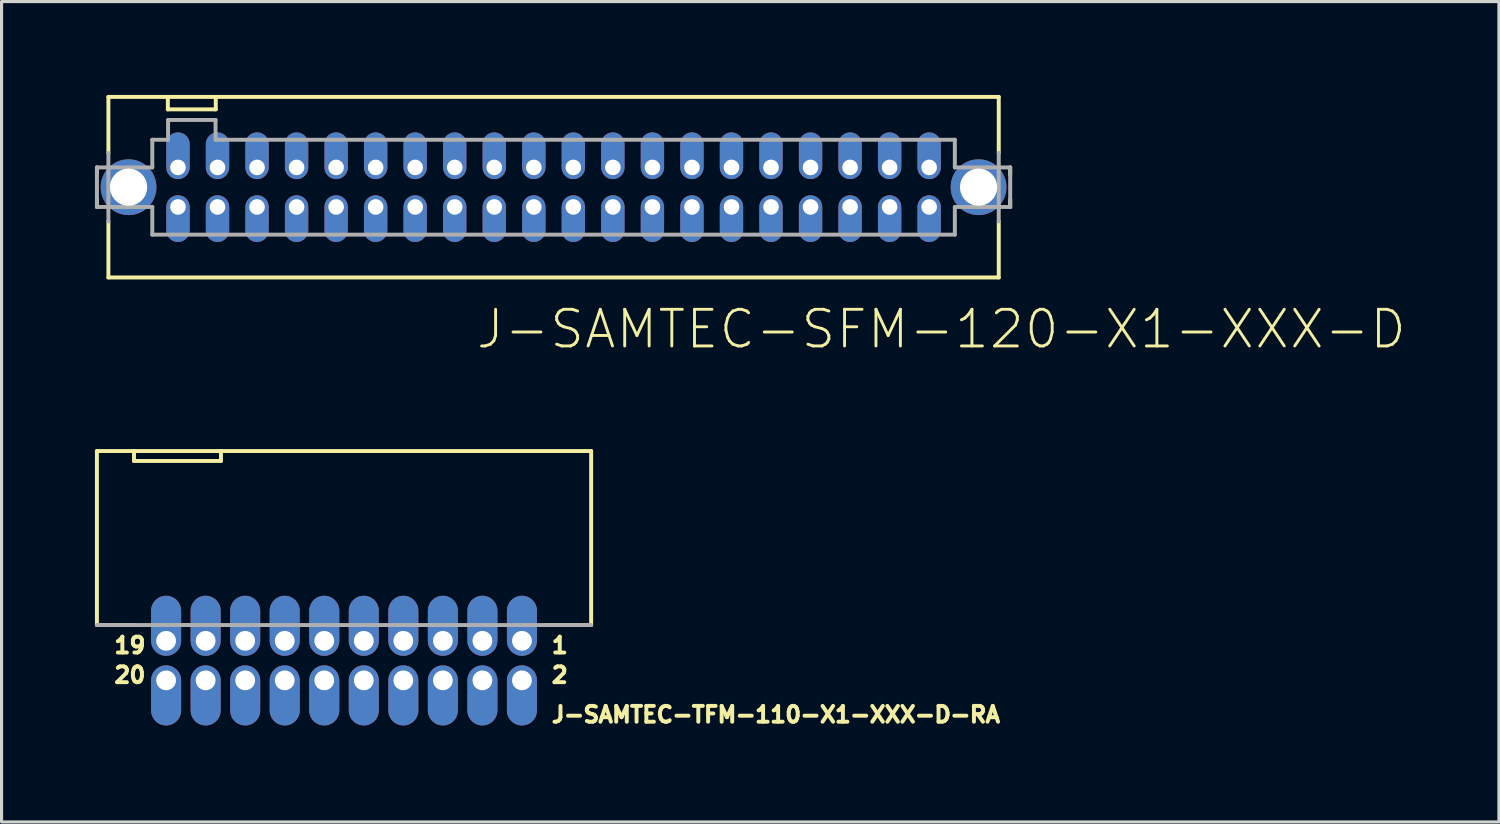
<source format=kicad_pcb>
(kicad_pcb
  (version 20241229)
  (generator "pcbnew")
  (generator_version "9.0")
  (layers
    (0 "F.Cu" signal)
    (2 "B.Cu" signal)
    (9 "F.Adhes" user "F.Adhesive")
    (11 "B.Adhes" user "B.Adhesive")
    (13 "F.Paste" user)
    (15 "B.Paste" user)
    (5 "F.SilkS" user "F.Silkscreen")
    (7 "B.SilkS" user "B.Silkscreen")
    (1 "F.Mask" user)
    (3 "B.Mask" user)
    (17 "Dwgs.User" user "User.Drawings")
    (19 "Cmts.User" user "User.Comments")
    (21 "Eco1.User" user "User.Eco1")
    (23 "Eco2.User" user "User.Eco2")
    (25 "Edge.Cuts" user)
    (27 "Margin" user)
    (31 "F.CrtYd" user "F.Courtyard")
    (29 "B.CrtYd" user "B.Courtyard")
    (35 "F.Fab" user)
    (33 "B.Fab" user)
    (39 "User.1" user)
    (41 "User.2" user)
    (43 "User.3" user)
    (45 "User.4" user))
  (footprint "J-SAMTEC-TFM-110-X1-XXX-D-RA"
    (layer "F.Cu")
    (at 8.001 18.17)
    (property "Reference" "J-SAMTEC-TFM-110-X1-XXX-D-RA" (at 6.604 2.032 0) (layer "F.SilkS") (effects (font (size 0.508 0.508) (thickness 0.127)) (justify left bottom)))
    (fp_line (start -7.938 -6.731) (end -6.747 -6.731) (stroke (width 0.127) (type solid)) (layer "F.SilkS"))
    (fp_line (start -7.938 -1.143) (end -7.938 -6.731) (stroke (width 0.127) (type solid)) (layer "F.SilkS"))
    (fp_line (start -7.938 -1.143) (end -6.747 -1.143) (stroke (width 0.127) (type solid)) (layer "F.SilkS"))
    (fp_line (start -6.747 -6.731) (end -6.747 -6.413) (stroke (width 0.127) (type solid)) (layer "F.SilkS"))
    (fp_line (start -6.747 -6.731) (end -3.953 -6.731) (stroke (width 0.127) (type solid)) (layer "F.SilkS"))
    (fp_line (start -6.747 -6.413) (end -3.953 -6.413) (stroke (width 0.127) (type solid)) (layer "F.SilkS"))
    (fp_line (start -3.953 -6.731) (end 7.938 -6.731) (stroke (width 0.127) (type solid)) (layer "F.SilkS"))
    (fp_line (start -3.953 -6.413) (end -3.953 -6.731) (stroke (width 0.127) (type solid)) (layer "F.SilkS"))
    (fp_line (start 6.477 -1.143) (end 7.938 -1.143) (stroke (width 0.127) (type solid)) (layer "F.SilkS"))
    (fp_line (start 7.938 -6.731) (end 7.938 -1.143) (stroke (width 0.127) (type solid)) (layer "F.SilkS"))
    (fp_line (start -7.938 -1.143) (end -6.747 -1.143) (stroke (width 0.127) (type solid)) (layer "F.Fab"))
    (fp_line (start -6.747 -1.143) (end -3.953 -1.143) (stroke (width 0.127) (type solid)) (layer "F.Fab"))
    (fp_line (start -6.15 -1.143) (end 7.938 -1.143) (stroke (width 0.127) (type solid)) (layer "F.Fab"))
    (fp_text user "19" (at -7.446 -0.191 0) (layer "F.SilkS") (effects (font (size 0.508 0.508) (thickness 0.127)) (justify left bottom)))
    (fp_text user "20" (at -7.446 0.762 0) (layer "F.SilkS") (effects (font (size 0.508 0.508) (thickness 0.127)) (justify left bottom)))
    (fp_text user "2" (at 6.604 0.762 0) (layer "F.SilkS") (effects (font (size 0.508 0.508) (thickness 0.127)) (justify left bottom)))
    (fp_text user "1" (at 6.604 -0.191 0) (layer "F.SilkS") (effects (font (size 0.508 0.508) (thickness 0.127)) (justify left bottom)))
    (pad "1" thru_hole oval (at 5.715 -0.635 90) (size 1.93 0.965) (drill 0.635 (offset 0.483 0)) (layers "*.Cu" "*.Mask"))
    (pad "2" thru_hole oval (at 5.715 0.635 270) (size 1.93 0.965) (drill 0.635 (offset 0.483 0)) (layers "*.Cu" "*.Mask"))
    (pad "3" thru_hole oval (at 4.445 -0.635 90) (size 1.93 0.965) (drill 0.635 (offset 0.483 0)) (layers "*.Cu" "*.Mask"))
    (pad "4" thru_hole oval (at 4.445 0.635 270) (size 1.93 0.965) (drill 0.635 (offset 0.483 0)) (layers "*.Cu" "*.Mask"))
    (pad "5" thru_hole oval (at 3.175 -0.635 90) (size 1.93 0.965) (drill 0.635 (offset 0.483 0)) (layers "*.Cu" "*.Mask"))
    (pad "6" thru_hole oval (at 3.175 0.635 270) (size 1.93 0.965) (drill 0.635 (offset 0.483 0)) (layers "*.Cu" "*.Mask"))
    (pad "7" thru_hole oval (at 1.905 -0.635 90) (size 1.93 0.965) (drill 0.635 (offset 0.483 0)) (layers "*.Cu" "*.Mask"))
    (pad "8" thru_hole oval (at 1.905 0.635 270) (size 1.93 0.965) (drill 0.635 (offset 0.483 0)) (layers "*.Cu" "*.Mask"))
    (pad "9" thru_hole oval (at 0.635 -0.635 90) (size 1.93 0.965) (drill 0.635 (offset 0.483 0)) (layers "*.Cu" "*.Mask"))
    (pad "10" thru_hole oval (at 0.635 0.635 270) (size 1.93 0.965) (drill 0.635 (offset 0.483 0)) (layers "*.Cu" "*.Mask"))
    (pad "11" thru_hole oval (at -0.635 -0.635 90) (size 1.93 0.965) (drill 0.635 (offset 0.483 0)) (layers "*.Cu" "*.Mask"))
    (pad "12" thru_hole oval (at -0.635 0.635 270) (size 1.93 0.965) (drill 0.635 (offset 0.483 0)) (layers "*.Cu" "*.Mask"))
    (pad "13" thru_hole oval (at -1.905 -0.635 90) (size 1.93 0.965) (drill 0.635 (offset 0.483 0)) (layers "*.Cu" "*.Mask"))
    (pad "14" thru_hole oval (at -1.905 0.635 270) (size 1.93 0.965) (drill 0.635 (offset 0.483 0)) (layers "*.Cu" "*.Mask"))
    (pad "15" thru_hole oval (at -3.175 -0.635 90) (size 1.93 0.965) (drill 0.635 (offset 0.483 0)) (layers "*.Cu" "*.Mask"))
    (pad "16" thru_hole oval (at -3.175 0.635 270) (size 1.93 0.965) (drill 0.635 (offset 0.483 0)) (layers "*.Cu" "*.Mask"))
    (pad "17" thru_hole oval (at -4.445 -0.635 90) (size 1.93 0.965) (drill 0.635 (offset 0.483 0)) (layers "*.Cu" "*.Mask"))
    (pad "18" thru_hole oval (at -4.445 0.635 270) (size 1.93 0.965) (drill 0.635 (offset 0.483 0)) (layers "*.Cu" "*.Mask"))
    (pad "19" thru_hole oval (at -5.715 -0.635 90) (size 1.93 0.965) (drill 0.635 (offset 0.483 0)) (layers "*.Cu" "*.Mask"))
    (pad "20" thru_hole oval (at -5.715 0.635 270) (size 1.93 0.965) (drill 0.635 (offset 0.483 0)) (layers "*.Cu" "*.Mask")))
  (footprint "J-SAMTEC-SFM-120-X1-XXX-D"
    (layer "F.Cu")
    (at 14.732 2.963)
    (property "Reference" "J-SAMTEC-SFM-120-X1-XXX-D" (at -2.54 4.56 0) (layer "F.SilkS") (effects (font (size 1.177 1.177) (thickness 0.093)) (justify left)))
    (fp_line (start -14.668 -0.635) (end -14.668 -0.4) (stroke (width 0.127) (type solid)) (layer "F.SilkS"))
    (fp_line (start -14.668 0.4) (end -14.668 0.635) (stroke (width 0.127) (type solid)) (layer "F.SilkS"))
    (fp_line (start -14.3 -2.9) (end 14.3 -2.9) (stroke (width 0.127) (type solid)) (layer "F.SilkS"))
    (fp_line (start -14.3 -1.1) (end -14.3 -2.9) (stroke (width 0.127) (type solid)) (layer "F.SilkS"))
    (fp_line (start -14.3 2.9) (end -14.3 1.1) (stroke (width 0.127) (type solid)) (layer "F.SilkS"))
    (fp_line (start -12.39 -2.5) (end -12.39 -2.867) (stroke (width 0.127) (type solid)) (layer "F.SilkS"))
    (fp_line (start -12.39 -2.5) (end -10.851 -2.5) (stroke (width 0.127) (type solid)) (layer "F.SilkS"))
    (fp_line (start -10.851 -2.867) (end -10.851 -2.5) (stroke (width 0.127) (type solid)) (layer "F.SilkS"))
    (fp_line (start 14.3 -1.1) (end 14.3 -2.9) (stroke (width 0.127) (type solid)) (layer "F.SilkS"))
    (fp_line (start 14.3 1.1) (end 14.3 2.9) (stroke (width 0.127) (type solid)) (layer "F.SilkS"))
    (fp_line (start 14.3 2.9) (end -14.3 2.9) (stroke (width 0.127) (type solid)) (layer "F.SilkS"))
    (fp_line (start 14.668 -0.635) (end 14.668 -0.4) (stroke (width 0.127) (type solid)) (layer "F.SilkS"))
    (fp_line (start 14.668 0.4) (end 14.668 0.635) (stroke (width 0.127) (type solid)) (layer "F.SilkS"))
    (fp_line (start -14.668 -0.635) (end -12.89 -0.635) (stroke (width 0.127) (type solid)) (layer "F.Fab"))
    (fp_line (start -14.668 0.635) (end -14.668 -0.635) (stroke (width 0.127) (type solid)) (layer "F.Fab"))
    (fp_line (start -14.3 -1.1) (end -14.3 1.1) (stroke (width 0.127) (type solid)) (layer "F.Fab"))
    (fp_line (start -12.89 -1.524) (end -12.383 -1.524) (stroke (width 0.127) (type solid)) (layer "F.Fab"))
    (fp_line (start -12.89 -0.635) (end -12.89 -1.524) (stroke (width 0.127) (type solid)) (layer "F.Fab"))
    (fp_line (start -12.89 0.635) (end -14.668 0.635) (stroke (width 0.127) (type solid)) (layer "F.Fab"))
    (fp_line (start -12.89 1.524) (end -12.89 0.635) (stroke (width 0.127) (type solid)) (layer "F.Fab"))
    (fp_line (start -12.383 -2.159) (end -10.858 -2.159) (stroke (width 0.127) (type solid)) (layer "F.Fab"))
    (fp_line (start -12.383 -1.524) (end -12.383 -2.159) (stroke (width 0.127) (type solid)) (layer "F.Fab"))
    (fp_line (start -10.858 -2.159) (end -10.858 -1.524) (stroke (width 0.127) (type solid)) (layer "F.Fab"))
    (fp_line (start -10.858 -1.524) (end 12.89 -1.524) (stroke (width 0.127) (type solid)) (layer "F.Fab"))
    (fp_line (start 12.89 -1.524) (end 12.89 -0.635) (stroke (width 0.127) (type solid)) (layer "F.Fab"))
    (fp_line (start 12.89 -0.635) (end 14.668 -0.635) (stroke (width 0.127) (type solid)) (layer "F.Fab"))
    (fp_line (start 12.89 0.635) (end 12.89 1.524) (stroke (width 0.127) (type solid)) (layer "F.Fab"))
    (fp_line (start 12.89 1.524) (end -12.89 1.524) (stroke (width 0.127) (type solid)) (layer "F.Fab"))
    (fp_line (start 14.3 -1.1) (end 14.3 1.1) (stroke (width 0.127) (type solid)) (layer "F.Fab"))
    (fp_line (start 14.668 -0.635) (end 14.668 0.635) (stroke (width 0.127) (type solid)) (layer "F.Fab"))
    (fp_line (start 14.668 0.635) (end 12.89 0.635) (stroke (width 0.127) (type solid)) (layer "F.Fab"))
    (pad "1" thru_hole oval (at 12.065 0.635 270) (size 1.5 0.75) (drill 0.5 (offset 0.375 0)) (layers "*.Cu" "*.Mask"))
    (pad "2" thru_hole oval (at 12.065 -0.635 90) (size 1.5 0.75) (drill 0.5 (offset 0.375 0)) (layers "*.Cu" "*.Mask"))
    (pad "3" thru_hole oval (at 10.795 0.635 270) (size 1.5 0.75) (drill 0.5 (offset 0.375 0)) (layers "*.Cu" "*.Mask"))
    (pad "4" thru_hole oval (at 10.795 -0.635 90) (size 1.5 0.75) (drill 0.5 (offset 0.375 0)) (layers "*.Cu" "*.Mask"))
    (pad "5" thru_hole oval (at 9.525 0.635 270) (size 1.5 0.75) (drill 0.5 (offset 0.375 0)) (layers "*.Cu" "*.Mask"))
    (pad "6" thru_hole oval (at 9.525 -0.635 90) (size 1.5 0.75) (drill 0.5 (offset 0.375 0)) (layers "*.Cu" "*.Mask"))
    (pad "7" thru_hole oval (at 8.255 0.635 270) (size 1.5 0.75) (drill 0.5 (offset 0.375 0)) (layers "*.Cu" "*.Mask"))
    (pad "8" thru_hole oval (at 8.255 -0.635 90) (size 1.5 0.75) (drill 0.5 (offset 0.375 0)) (layers "*.Cu" "*.Mask"))
    (pad "9" thru_hole oval (at 6.985 0.635 270) (size 1.5 0.75) (drill 0.5 (offset 0.375 0)) (layers "*.Cu" "*.Mask"))
    (pad "10" thru_hole oval (at 6.985 -0.635 90) (size 1.5 0.75) (drill 0.5 (offset 0.375 0)) (layers "*.Cu" "*.Mask"))
    (pad "11" thru_hole oval (at 5.715 0.635 270) (size 1.5 0.75) (drill 0.5 (offset 0.375 0)) (layers "*.Cu" "*.Mask"))
    (pad "12" thru_hole oval (at 5.715 -0.635 90) (size 1.5 0.75) (drill 0.5 (offset 0.375 0)) (layers "*.Cu" "*.Mask"))
    (pad "13" thru_hole oval (at 4.445 0.635 270) (size 1.5 0.75) (drill 0.5 (offset 0.375 0)) (layers "*.Cu" "*.Mask"))
    (pad "14" thru_hole oval (at 4.445 -0.635 90) (size 1.5 0.75) (drill 0.5 (offset 0.375 0)) (layers "*.Cu" "*.Mask"))
    (pad "15" thru_hole oval (at 3.175 0.635 270) (size 1.5 0.75) (drill 0.5 (offset 0.375 0)) (layers "*.Cu" "*.Mask"))
    (pad "16" thru_hole oval (at 3.175 -0.635 90) (size 1.5 0.75) (drill 0.5 (offset 0.375 0)) (layers "*.Cu" "*.Mask"))
    (pad "17" thru_hole oval (at 1.905 0.635 270) (size 1.5 0.75) (drill 0.5 (offset 0.375 0)) (layers "*.Cu" "*.Mask"))
    (pad "18" thru_hole oval (at 1.905 -0.635 90) (size 1.5 0.75) (drill 0.5 (offset 0.375 0)) (layers "*.Cu" "*.Mask"))
    (pad "19" thru_hole oval (at 0.635 0.635 270) (size 1.5 0.75) (drill 0.5 (offset 0.375 0)) (layers "*.Cu" "*.Mask"))
    (pad "20" thru_hole oval (at 0.635 -0.635 90) (size 1.5 0.75) (drill 0.5 (offset 0.375 0)) (layers "*.Cu" "*.Mask"))
    (pad "21" thru_hole oval (at -0.635 0.635 270) (size 1.5 0.75) (drill 0.5 (offset 0.375 0)) (layers "*.Cu" "*.Mask"))
    (pad "22" thru_hole oval (at -0.635 -0.635 90) (size 1.5 0.75) (drill 0.5 (offset 0.375 0)) (layers "*.Cu" "*.Mask"))
    (pad "23" thru_hole oval (at -1.905 0.635 270) (size 1.5 0.75) (drill 0.5 (offset 0.375 0)) (layers "*.Cu" "*.Mask"))
    (pad "24" thru_hole oval (at -1.905 -0.635 90) (size 1.5 0.75) (drill 0.5 (offset 0.375 0)) (layers "*.Cu" "*.Mask"))
    (pad "25" thru_hole oval (at -3.175 0.635 270) (size 1.5 0.75) (drill 0.5 (offset 0.375 0)) (layers "*.Cu" "*.Mask"))
    (pad "26" thru_hole oval (at -3.175 -0.635 90) (size 1.5 0.75) (drill 0.5 (offset 0.375 0)) (layers "*.Cu" "*.Mask"))
    (pad "27" thru_hole oval (at -4.445 0.635 270) (size 1.5 0.75) (drill 0.5 (offset 0.375 0)) (layers "*.Cu" "*.Mask"))
    (pad "28" thru_hole oval (at -4.445 -0.635 90) (size 1.5 0.75) (drill 0.5 (offset 0.375 0)) (layers "*.Cu" "*.Mask"))
    (pad "29" thru_hole oval (at -5.715 0.635 270) (size 1.5 0.75) (drill 0.5 (offset 0.375 0)) (layers "*.Cu" "*.Mask"))
    (pad "30" thru_hole oval (at -5.715 -0.635 90) (size 1.5 0.75) (drill 0.5 (offset 0.375 0)) (layers "*.Cu" "*.Mask"))
    (pad "31" thru_hole oval (at -6.985 0.635 270) (size 1.5 0.75) (drill 0.5 (offset 0.375 0)) (layers "*.Cu" "*.Mask"))
    (pad "32" thru_hole oval (at -6.985 -0.635 90) (size 1.5 0.75) (drill 0.5 (offset 0.375 0)) (layers "*.Cu" "*.Mask"))
    (pad "33" thru_hole oval (at -8.255 0.635 270) (size 1.5 0.75) (drill 0.5 (offset 0.375 0)) (layers "*.Cu" "*.Mask"))
    (pad "34" thru_hole oval (at -8.255 -0.635 90) (size 1.5 0.75) (drill 0.5 (offset 0.375 0)) (layers "*.Cu" "*.Mask"))
    (pad "35" thru_hole oval (at -9.525 0.635 270) (size 1.5 0.75) (drill 0.5 (offset 0.375 0)) (layers "*.Cu" "*.Mask"))
    (pad "36" thru_hole oval (at -9.525 -0.635 90) (size 1.5 0.75) (drill 0.5 (offset 0.375 0)) (layers "*.Cu" "*.Mask"))
    (pad "37" thru_hole oval (at -10.795 0.635 270) (size 1.5 0.75) (drill 0.5 (offset 0.375 0)) (layers "*.Cu" "*.Mask"))
    (pad "38" thru_hole oval (at -10.795 -0.635 90) (size 1.5 0.75) (drill 0.5 (offset 0.375 0)) (layers "*.Cu" "*.Mask"))
    (pad "39" thru_hole oval (at -12.065 0.635 270) (size 1.5 0.75) (drill 0.5 (offset 0.375 0)) (layers "*.Cu" "*.Mask"))
    (pad "40" thru_hole oval (at -12.065 -0.635 90) (size 1.5 0.75) (drill 0.5 (offset 0.375 0)) (layers "*.Cu" "*.Mask"))
    (pad "LC1" thru_hole circle (at 13.652 0) (size 1.791 1.791) (drill 1.194) (layers "*.Cu" "*.Mask"))
    (pad "LC2" thru_hole circle (at -13.652 0) (size 1.791 1.791) (drill 1.194) (layers "*.Cu" "*.Mask")))
  (gr_rect
    (start -3 -3)
    (end 45.099 23.353)
    (stroke (width 0.1) (type default))
    (fill no)
    (layer "Edge.Cuts")))
</source>
